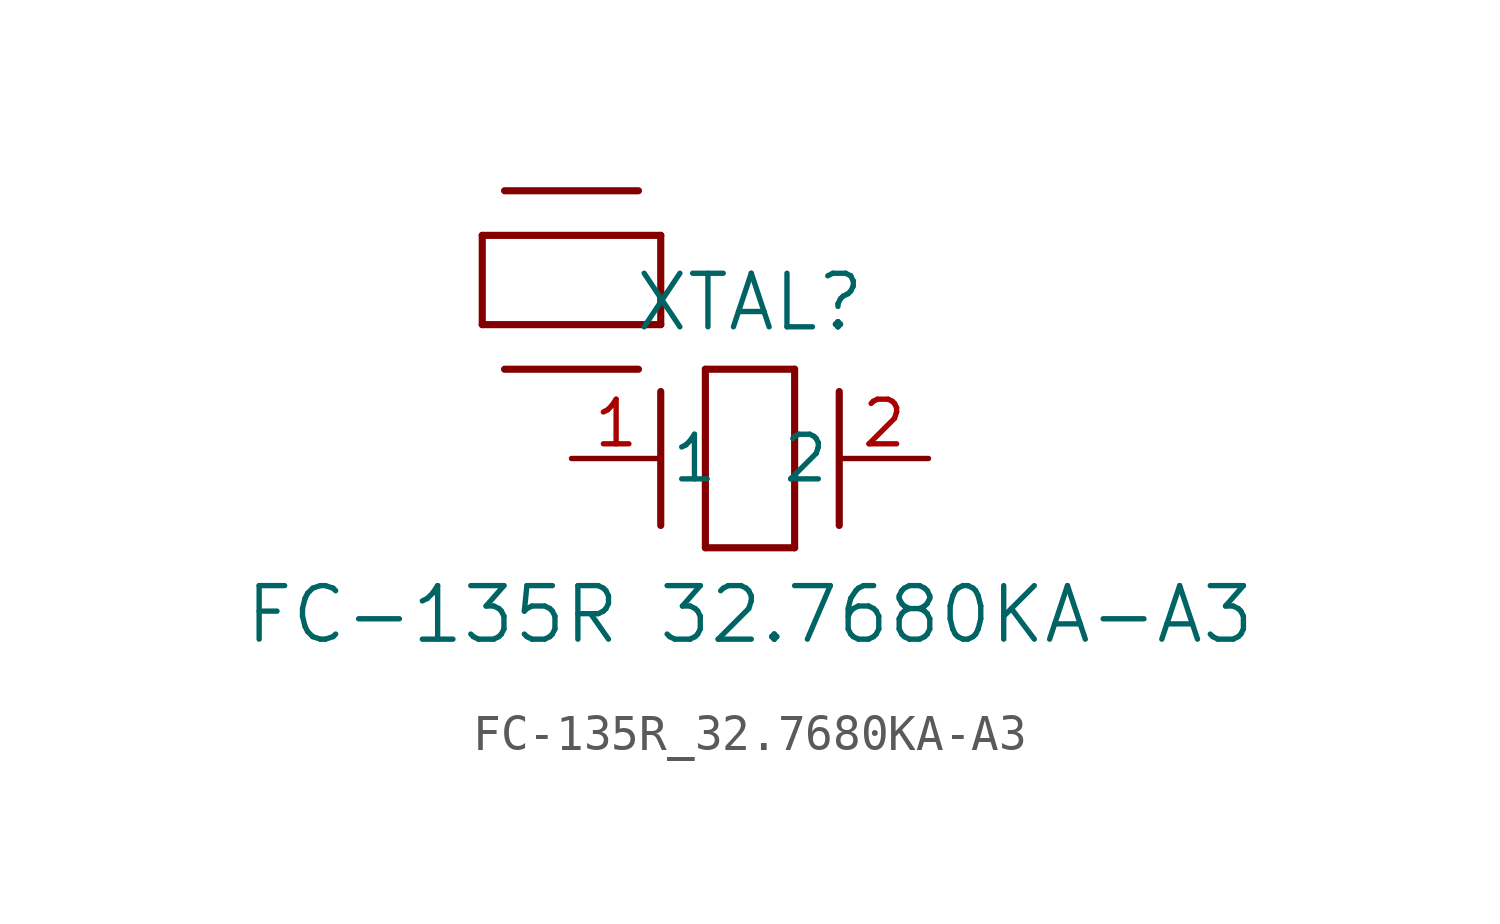
<source format=kicad_sym>
(kicad_symbol_lib
  (version 20211014)
  (generator kicad_symbol_editor)
  (symbol "FC-135R_32.7680KA-A3"
    (pin_names
      (offset 0.254))
    (property "Reference" "XTAL"
      (at 5.08 4.445 0)
      (effects (font (size 1.524 1.524))))
    (property "Value" "FC-135R 32.7680KA-A3"
      (at 5.08 -4.445 0)
      (effects (font (size 1.524 1.524))))
    (symbol "FC-135R_32.7680KA-A3_0_1"
      (polyline (pts (xy 2.54 -1.905) (xy 2.54 1.905)) (stroke (width 0.203) (type default) (color 0 0 0 0)) (fill (type none)))
      (polyline (pts (xy 6.35 2.54) (xy 6.35 -2.54)) (stroke (width 0.203) (type default) (color 0 0 0 0)) (fill (type none)))
      (polyline (pts (xy 7.62 -1.905) (xy 7.62 1.905)) (stroke (width 0.203) (type default) (color 0 0 0 0)) (fill (type none)))
      (polyline (pts (xy 6.35 -2.54) (xy 3.81 -2.54)) (stroke (width 0.203) (type default) (color 0 0 0 0)) (fill (type none)))
      (polyline (pts (xy 3.81 2.54) (xy 6.35 2.54)) (stroke (width 0.203) (type default) (color 0 0 0 0)) (fill (type none)))
      (polyline (pts (xy 3.81 -2.54) (xy 3.81 2.54)) (stroke (width 0.203) (type default) (color 0 0 0 0)) (fill (type none)))
      (pin unspecified line (at 0 0 0) (length 2.54) (name "1" (effects (font (size 1.27 1.27)))) (number "1" (effects (font (size 1.27 1.27)))))
      (pin unspecified line (at 10.16 0 180) (length 2.54) (name "2" (effects (font (size 1.27 1.27)))) (number "2" (effects (font (size 1.27 1.27))))))
    (symbol "FC-135R_32.7680KA-A3_0_1"
      (polyline (pts (xy 1.905 7.62) (xy -1.905 7.62)) (stroke (width 0.203) (type default) (color 0 0 0 0)) (fill (type none)))
      (polyline (pts (xy -2.54 3.81) (xy -2.54 6.35)) (stroke (width 0.203) (type default) (color 0 0 0 0)) (fill (type none)))
      (polyline (pts (xy 1.905 2.54) (xy -1.905 2.54)) (stroke (width 0.203) (type default) (color 0 0 0 0)) (fill (type none)))
      (polyline (pts (xy 2.54 6.35) (xy 2.54 3.81)) (stroke (width 0.203) (type default) (color 0 0 0 0)) (fill (type none)))
      (polyline (pts (xy -2.54 6.35) (xy 2.54 6.35)) (stroke (width 0.203) (type default) (color 0 0 0 0)) (fill (type none)))
      (polyline (pts (xy 2.54 3.81) (xy -2.54 3.81)) (stroke (width 0.203) (type default) (color 0 0 0 0)) (fill (type none))))))
</source>
